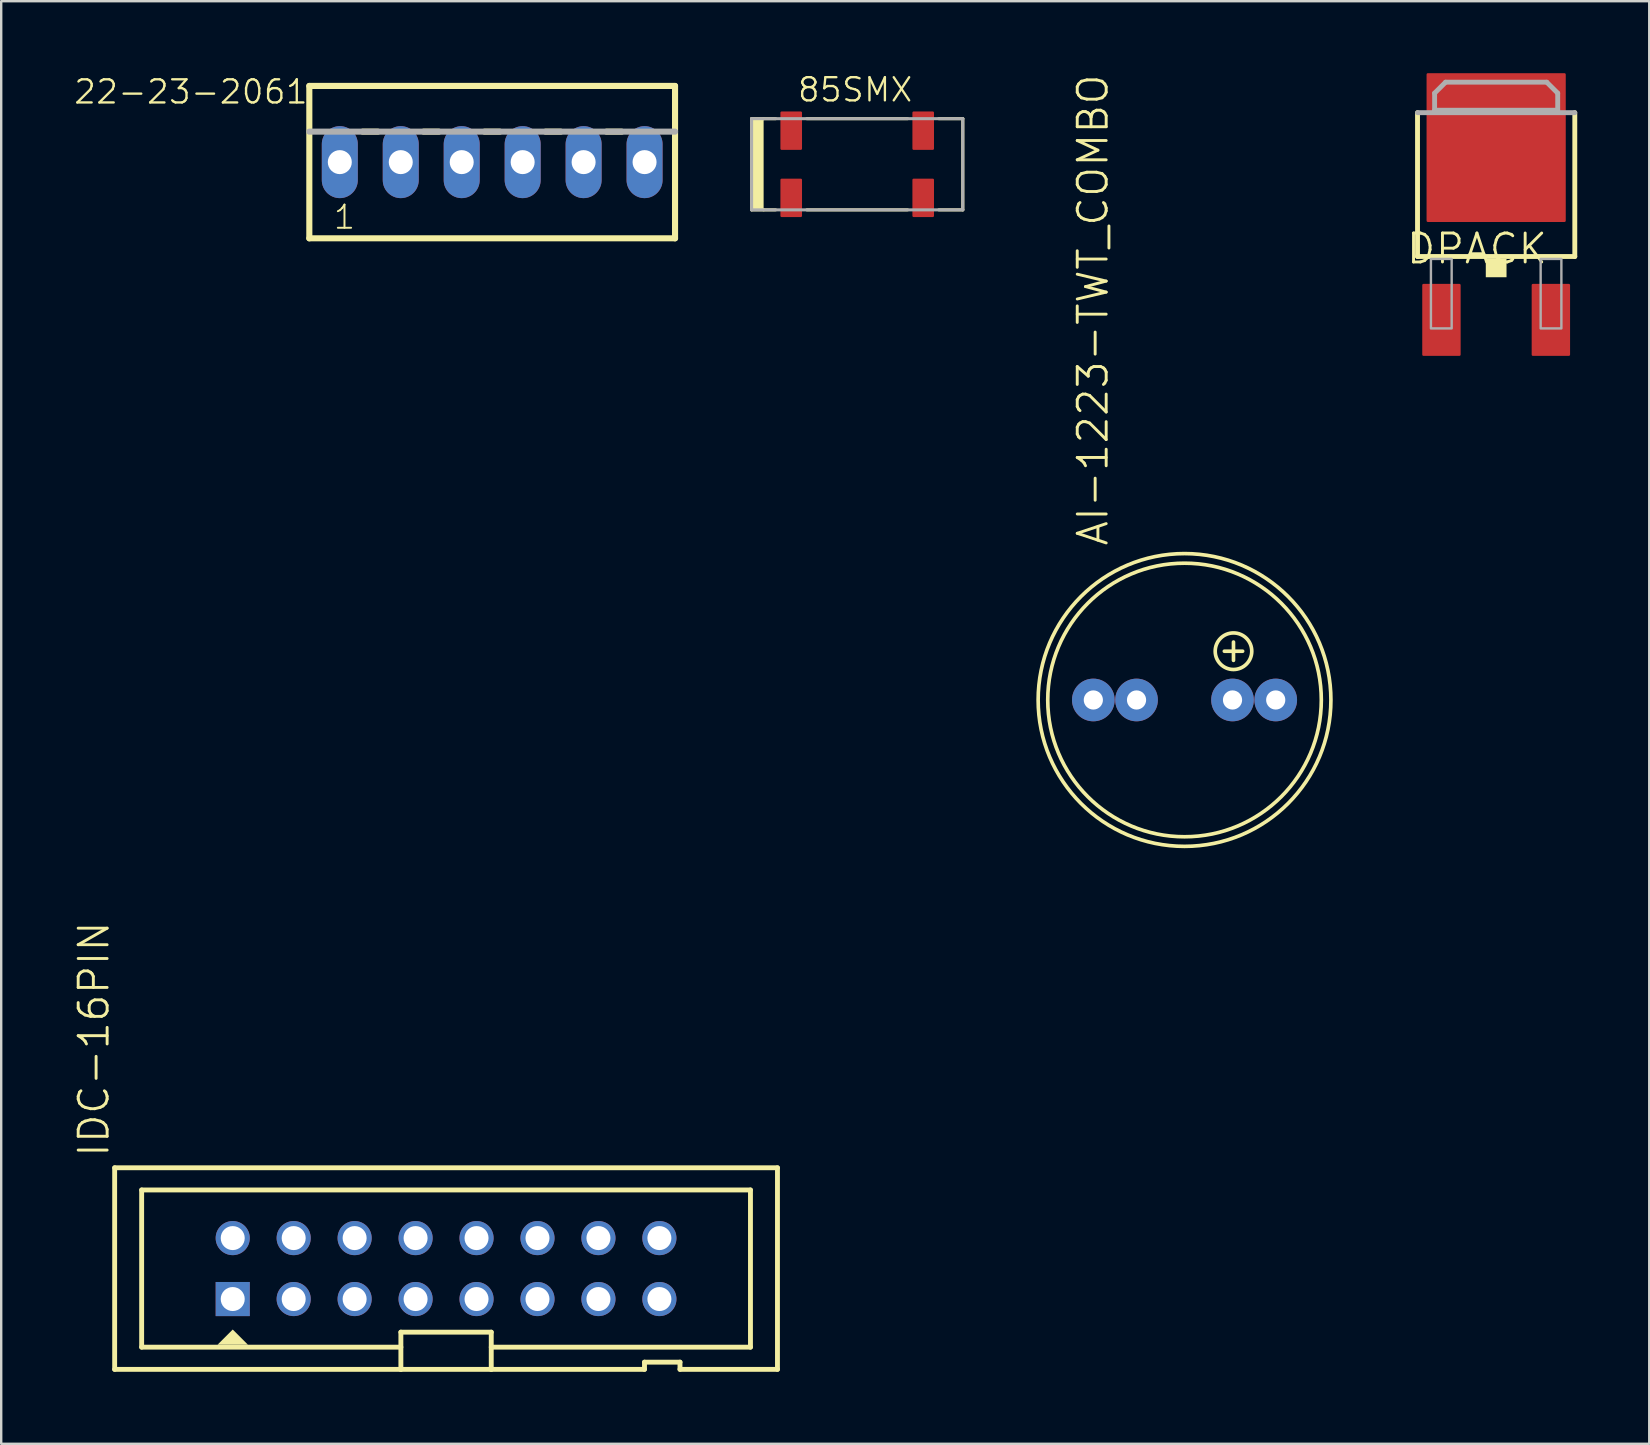
<source format=kicad_pcb>
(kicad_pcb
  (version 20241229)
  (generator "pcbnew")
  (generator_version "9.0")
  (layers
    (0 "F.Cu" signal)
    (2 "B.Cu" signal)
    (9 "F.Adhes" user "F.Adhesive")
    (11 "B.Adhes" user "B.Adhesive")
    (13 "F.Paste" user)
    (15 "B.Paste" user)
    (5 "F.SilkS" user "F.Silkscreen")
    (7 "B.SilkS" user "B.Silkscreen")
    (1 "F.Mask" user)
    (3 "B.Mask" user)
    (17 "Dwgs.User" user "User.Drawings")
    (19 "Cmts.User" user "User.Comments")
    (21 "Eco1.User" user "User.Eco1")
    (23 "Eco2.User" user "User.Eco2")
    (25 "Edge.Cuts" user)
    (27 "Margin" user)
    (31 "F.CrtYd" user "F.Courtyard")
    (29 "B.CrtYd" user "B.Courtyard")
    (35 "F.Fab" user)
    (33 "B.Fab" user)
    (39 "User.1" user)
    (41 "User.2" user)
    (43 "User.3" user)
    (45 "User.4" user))
  (footprint "22-23-2061"
    (layer "F.Cu")
    (at 17.46 3.706)
    (property "Reference" "22-23-2061" (at -7.62 -3.493 180) (layer "F.SilkS") (effects (font (size 0.965 0.965) (thickness 0.097)) (justify right top)))
    (attr through_hole)
    (fp_line (start -7.62 -3.175) (end 7.62 -3.175) (stroke (width 0.254) (type solid)) (layer "F.SilkS"))
    (fp_line (start -7.62 3.175) (end -7.62 -3.175) (stroke (width 0.254) (type solid)) (layer "F.SilkS"))
    (fp_line (start -5.397 -1.27) (end -4.763 -1.27) (stroke (width 0.254) (type solid)) (layer "F.SilkS"))
    (fp_line (start -2.857 -1.27) (end -2.223 -1.27) (stroke (width 0.254) (type solid)) (layer "F.SilkS"))
    (fp_line (start -0.318 -1.27) (end 0.318 -1.27) (stroke (width 0.254) (type solid)) (layer "F.SilkS"))
    (fp_line (start 2.223 -1.27) (end 2.857 -1.27) (stroke (width 0.254) (type solid)) (layer "F.SilkS"))
    (fp_line (start 4.763 -1.27) (end 5.397 -1.27) (stroke (width 0.254) (type solid)) (layer "F.SilkS"))
    (fp_line (start 7.62 -3.175) (end 7.62 3.175) (stroke (width 0.254) (type solid)) (layer "F.SilkS"))
    (fp_line (start 7.62 3.175) (end -7.62 3.175) (stroke (width 0.254) (type solid)) (layer "F.SilkS"))
    (fp_line (start -7.62 -1.27) (end 7.62 -1.27) (stroke (width 0.254) (type solid)) (layer "F.Fab"))
    (fp_text user "1" (at -6.668 2.857 0) (layer "F.SilkS") (effects (font (size 0.965 0.965) (thickness 0.081)) (justify left bottom)))
    (pad "1" thru_hole oval (at -6.35 0 90) (size 3 1.5) (drill 1) (layers "*.Cu" "*.Mask"))
    (pad "2" thru_hole oval (at -3.81 0 90) (size 3 1.5) (drill 1) (layers "*.Cu" "*.Mask"))
    (pad "3" thru_hole oval (at -1.27 0 90) (size 3 1.5) (drill 1) (layers "*.Cu" "*.Mask"))
    (pad "4" thru_hole oval (at 1.27 0 90) (size 3 1.5) (drill 1) (layers "*.Cu" "*.Mask"))
    (pad "5" thru_hole oval (at 3.81 0 90) (size 3 1.5) (drill 1) (layers "*.Cu" "*.Mask"))
    (pad "6" thru_hole oval (at 6.35 0 90) (size 3 1.5) (drill 1) (layers "*.Cu" "*.Mask")))
  (footprint "DPACK"
    (layer "F.Cu")
    (at 59.297 5.48)
    (property "Reference" "DPACK" (at -3.81 2.54 180) (layer "F.SilkS") (effects (font (size 1.206 1.206) (thickness 0.121)) (justify left bottom)))
    (attr through_hole)
    (fp_line (start -3.277 2.159) (end -3.277 -3.835) (stroke (width 0.203) (type solid)) (layer "F.SilkS"))
    (fp_line (start 3.277 -3.835) (end 3.277 2.159) (stroke (width 0.203) (type solid)) (layer "F.SilkS"))
    (fp_line (start 3.277 2.159) (end -3.277 2.159) (stroke (width 0.203) (type solid)) (layer "F.SilkS"))
    (fp_poly (pts (xy -0.432 3.023) (xy 0.432 3.023) (xy 0.432 2.261) (xy -0.432 2.261)) (stroke (width 0) (type solid)) (fill yes) (layer "F.SilkS"))
    (fp_line (start -3.277 -3.835) (end 3.277 -3.835) (stroke (width 0.203) (type solid)) (layer "F.Fab"))
    (fp_line (start -2.565 -4.648) (end -2.108 -5.105) (stroke (width 0.203) (type solid)) (layer "F.Fab"))
    (fp_line (start -2.565 -3.937) (end -2.565 -4.648) (stroke (width 0.203) (type solid)) (layer "F.Fab"))
    (fp_line (start -2.108 -5.105) (end 2.108 -5.105) (stroke (width 0.203) (type solid)) (layer "F.Fab"))
    (fp_line (start 2.108 -5.105) (end 2.565 -4.648) (stroke (width 0.203) (type solid)) (layer "F.Fab"))
    (fp_line (start 2.565 -4.648) (end 2.565 -3.937) (stroke (width 0.203) (type solid)) (layer "F.Fab"))
    (fp_line (start 2.565 -3.937) (end -2.565 -3.937) (stroke (width 0.203) (type solid)) (layer "F.Fab"))
    (fp_poly (pts (xy -2.718 5.156) (xy -1.854 5.156) (xy -1.854 2.261) (xy -2.718 2.261)) (stroke (width 0.1) (type solid)) (fill no) (layer "F.Fab"))
    (fp_poly (pts (xy 1.854 5.156) (xy 2.718 5.156) (xy 2.718 2.261) (xy 1.854 2.261)) (stroke (width 0.1) (type solid)) (fill no) (layer "F.Fab"))
    (fp_poly (pts (xy -2.565 -3.937) (xy -2.565 -4.648) (xy -2.108 -5.105) (xy 2.108 -5.105) (xy 2.565 -4.648) (xy 2.565 -3.937)) (stroke (width 0.1) (type solid)) (fill no) (layer "F.Fab"))
    (pad "1" smd roundrect (at -2.28 4.8) (size 1.6 3) (layers "F.Cu" "F.Mask" "F.Paste") (roundrect_rratio 0.032))
    (pad "3" smd roundrect (at 2.28 4.8) (size 1.6 3) (layers "F.Cu" "F.Mask" "F.Paste") (roundrect_rratio 0.032))
    (pad "4" smd roundrect (at 0 -2.38) (size 5.8 6.2) (layers "F.Cu" "F.Mask" "F.Paste") (roundrect_rratio 0.009)))
  (footprint "AI-1223-TWT_COMBO"
    (layer "F.Cu")
    (at 46.311 26.119)
    (property "Reference" "AI-1223-TWT_COMBO" (at -3.111 -6.35 90) (layer "F.SilkS") (effects (font (size 1.206 1.206) (thickness 0.121)) (justify left bottom)))
    (attr through_hole)
    (fp_line (start 1.659 -2.032) (end 2.421 -2.032) (stroke (width 0.152) (type solid)) (layer "F.SilkS"))
    (fp_line (start 2.04 -1.651) (end 2.04 -2.413) (stroke (width 0.152) (type solid)) (layer "F.SilkS"))
    (fp_circle (center 0 0) (end 5.7 0) (stroke (width 0.152) (type solid)) (fill no) (layer "F.SilkS"))
    (fp_circle (center 0 0) (end 6.1 0) (stroke (width 0.152) (type solid)) (fill no) (layer "F.SilkS"))
    (fp_circle (center 2.04 -2.032) (end 2.802 -2.032) (stroke (width 0.152) (type solid)) (fill no) (layer "F.SilkS"))
    (pad "+B" thru_hole circle (at 3.8 0) (size 1.778 1.778) (drill 0.8) (layers "*.Cu" "*.Mask"))
    (pad "+B.1" thru_hole circle (at 2 0) (size 1.778 1.778) (drill 0.8) (layers "*.Cu" "*.Mask"))
    (pad "-B" thru_hole circle (at -3.8 0) (size 1.778 1.778) (drill 0.8) (layers "*.Cu" "*.Mask"))
    (pad "-B.1" thru_hole circle (at -2 0) (size 1.778 1.778) (drill 0.8) (layers "*.Cu" "*.Mask")))
  (footprint "85SMX"
    (layer "F.Cu")
    (at 32.671 3.795)
    (property "Reference" "85SMX" (at -2.54 -2.54 180) (layer "F.SilkS") (effects (font (size 0.965 0.965) (thickness 0.097)) (justify left bottom)))
    (attr through_hole)
    (fp_line (start -4.4 -1.9) (end -4.4 1.9) (stroke (width 0.127) (type solid)) (layer "F.SilkS"))
    (fp_line (start -4.4 -1.9) (end -3.9 -1.9) (stroke (width 0.127) (type solid)) (layer "F.SilkS"))
    (fp_line (start -4.4 1.9) (end -3.9 1.9) (stroke (width 0.127) (type solid)) (layer "F.SilkS"))
    (fp_line (start -3.9 -1.9) (end -3.4 -1.9) (stroke (width 0.127) (type solid)) (layer "F.SilkS"))
    (fp_line (start -3.9 1.9) (end -3.4 1.9) (stroke (width 0.127) (type solid)) (layer "F.SilkS"))
    (fp_line (start -2.1 -1.9) (end 2.1 -1.9) (stroke (width 0.127) (type solid)) (layer "F.SilkS"))
    (fp_line (start -2.1 1.9) (end 2.1 1.9) (stroke (width 0.127) (type solid)) (layer "F.SilkS"))
    (fp_line (start 3.4 -1.9) (end 4.4 -1.9) (stroke (width 0.127) (type solid)) (layer "F.SilkS"))
    (fp_line (start 3.4 1.9) (end 4.4 1.9) (stroke (width 0.127) (type solid)) (layer "F.SilkS"))
    (fp_line (start 4.4 -1.9) (end 4.4 1.9) (stroke (width 0.127) (type solid)) (layer "F.SilkS"))
    (fp_poly (pts (xy -4.4 1.9) (xy -3.9 1.9) (xy -3.9 -1.9) (xy -4.4 -1.9)) (stroke (width 0) (type solid)) (fill yes) (layer "F.SilkS"))
    (fp_line (start -4.4 -1.9) (end -4.4 1.9) (stroke (width 0.127) (type solid)) (layer "F.Fab"))
    (fp_line (start -4.4 -1.9) (end 4.4 -1.9) (stroke (width 0.127) (type solid)) (layer "F.Fab"))
    (fp_line (start -4.4 1.9) (end 4.4 1.9) (stroke (width 0.127) (type solid)) (layer "F.Fab"))
    (fp_line (start 4.4 -1.9) (end 4.4 1.9) (stroke (width 0.127) (type solid)) (layer "F.Fab"))
    (pad "1" smd roundrect (at -2.75 1.4 90) (size 1.6 0.9) (layers "F.Cu" "F.Mask" "F.Paste") (roundrect_rratio 0.056))
    (pad "4" smd roundrect (at -2.75 -1.4 90) (size 1.6 0.9) (layers "F.Cu" "F.Mask" "F.Paste") (roundrect_rratio 0.056))
    (pad "NC.2" smd roundrect (at 2.75 1.4 90) (size 1.6 0.9) (layers "F.Cu" "F.Mask" "F.Paste") (roundrect_rratio 0.056))
    (pad "NC.3" smd roundrect (at 2.75 -1.4 90) (size 1.6 0.9) (layers "F.Cu" "F.Mask" "F.Paste") (roundrect_rratio 0.056)))
  (footprint "IDC-16PIN"
    (layer "F.Cu")
    (at 15.538 49.813)
    (property "Reference" "IDC-16PIN" (at -13.97 -4.572 90) (layer "F.SilkS") (effects (font (size 1.206 1.206) (thickness 0.121)) (justify left bottom)))
    (attr through_hole)
    (fp_line (start -13.81 -4.2) (end 13.81 -4.2) (stroke (width 0.203) (type solid)) (layer "F.SilkS"))
    (fp_line (start -13.81 4.2) (end -13.81 -4.2) (stroke (width 0.203) (type solid)) (layer "F.SilkS"))
    (fp_line (start -12.685 -3.275) (end 12.685 -3.275) (stroke (width 0.203) (type solid)) (layer "F.SilkS"))
    (fp_line (start -12.685 3.275) (end -12.685 -3.275) (stroke (width 0.203) (type solid)) (layer "F.SilkS"))
    (fp_line (start -1.883 2.65) (end -1.883 4.2) (stroke (width 0.203) (type solid)) (layer "F.SilkS"))
    (fp_line (start -1.883 3.275) (end -12.685 3.275) (stroke (width 0.203) (type solid)) (layer "F.SilkS"))
    (fp_line (start -1.883 4.2) (end -13.81 4.2) (stroke (width 0.203) (type solid)) (layer "F.SilkS"))
    (fp_line (start 1.883 2.65) (end -1.883 2.65) (stroke (width 0.203) (type solid)) (layer "F.SilkS"))
    (fp_line (start 1.883 4.2) (end -1.883 4.2) (stroke (width 0.203) (type solid)) (layer "F.SilkS"))
    (fp_line (start 1.883 4.2) (end 1.883 2.65) (stroke (width 0.203) (type solid)) (layer "F.SilkS"))
    (fp_line (start 8.269 3.9) (end 8.269 4.2) (stroke (width 0.203) (type solid)) (layer "F.SilkS"))
    (fp_line (start 8.269 4.2) (end 1.883 4.2) (stroke (width 0.203) (type solid)) (layer "F.SilkS"))
    (fp_line (start 9.748 3.9) (end 8.269 3.9) (stroke (width 0.203) (type solid)) (layer "F.SilkS"))
    (fp_line (start 9.748 4.2) (end 9.748 3.9) (stroke (width 0.203) (type solid)) (layer "F.SilkS"))
    (fp_line (start 12.685 -3.275) (end 12.685 3.275) (stroke (width 0.203) (type solid)) (layer "F.SilkS"))
    (fp_line (start 12.685 3.275) (end 1.883 3.275) (stroke (width 0.203) (type solid)) (layer "F.SilkS"))
    (fp_line (start 13.81 -4.2) (end 13.81 4.2) (stroke (width 0.203) (type solid)) (layer "F.SilkS"))
    (fp_line (start 13.81 4.2) (end 9.748 4.2) (stroke (width 0.203) (type solid)) (layer "F.SilkS"))
    (fp_poly (pts (xy -9.525 3.175) (xy -8.89 2.54) (xy -8.255 3.175)) (stroke (width 0) (type solid)) (fill yes) (layer "F.SilkS"))
    (pad "1" thru_hole rect (at -8.89 1.27) (size 1.422 1.422) (drill 1) (layers "*.Cu" "*.Mask"))
    (pad "2" thru_hole circle (at -8.89 -1.27) (size 1.422 1.422) (drill 1) (layers "*.Cu" "*.Mask"))
    (pad "3" thru_hole circle (at -6.35 1.27) (size 1.422 1.422) (drill 1) (layers "*.Cu" "*.Mask"))
    (pad "4" thru_hole circle (at -6.35 -1.27) (size 1.422 1.422) (drill 1) (layers "*.Cu" "*.Mask"))
    (pad "5" thru_hole circle (at -3.81 1.27) (size 1.422 1.422) (drill 1) (layers "*.Cu" "*.Mask"))
    (pad "6" thru_hole circle (at -3.81 -1.27) (size 1.422 1.422) (drill 1) (layers "*.Cu" "*.Mask"))
    (pad "7" thru_hole circle (at -1.27 1.27) (size 1.422 1.422) (drill 1) (layers "*.Cu" "*.Mask"))
    (pad "8" thru_hole circle (at -1.27 -1.27) (size 1.422 1.422) (drill 1) (layers "*.Cu" "*.Mask"))
    (pad "9" thru_hole circle (at 1.27 1.27) (size 1.422 1.422) (drill 1) (layers "*.Cu" "*.Mask"))
    (pad "10" thru_hole circle (at 1.27 -1.27) (size 1.422 1.422) (drill 1) (layers "*.Cu" "*.Mask"))
    (pad "11" thru_hole circle (at 3.81 1.27) (size 1.422 1.422) (drill 1) (layers "*.Cu" "*.Mask"))
    (pad "12" thru_hole circle (at 3.81 -1.27) (size 1.422 1.422) (drill 1) (layers "*.Cu" "*.Mask"))
    (pad "13" thru_hole circle (at 6.35 1.27) (size 1.422 1.422) (drill 1) (layers "*.Cu" "*.Mask"))
    (pad "14" thru_hole circle (at 6.35 -1.27) (size 1.422 1.422) (drill 1) (layers "*.Cu" "*.Mask"))
    (pad "15" thru_hole circle (at 8.89 1.27) (size 1.422 1.422) (drill 1) (layers "*.Cu" "*.Mask"))
    (pad "16" thru_hole circle (at 8.89 -1.27) (size 1.422 1.422) (drill 1) (layers "*.Cu" "*.Mask")))
  (gr_rect
    (start -3 -3)
    (end 65.676 57.114)
    (stroke (width 0.1) (type default))
    (fill no)
    (layer "Edge.Cuts")))
</source>
